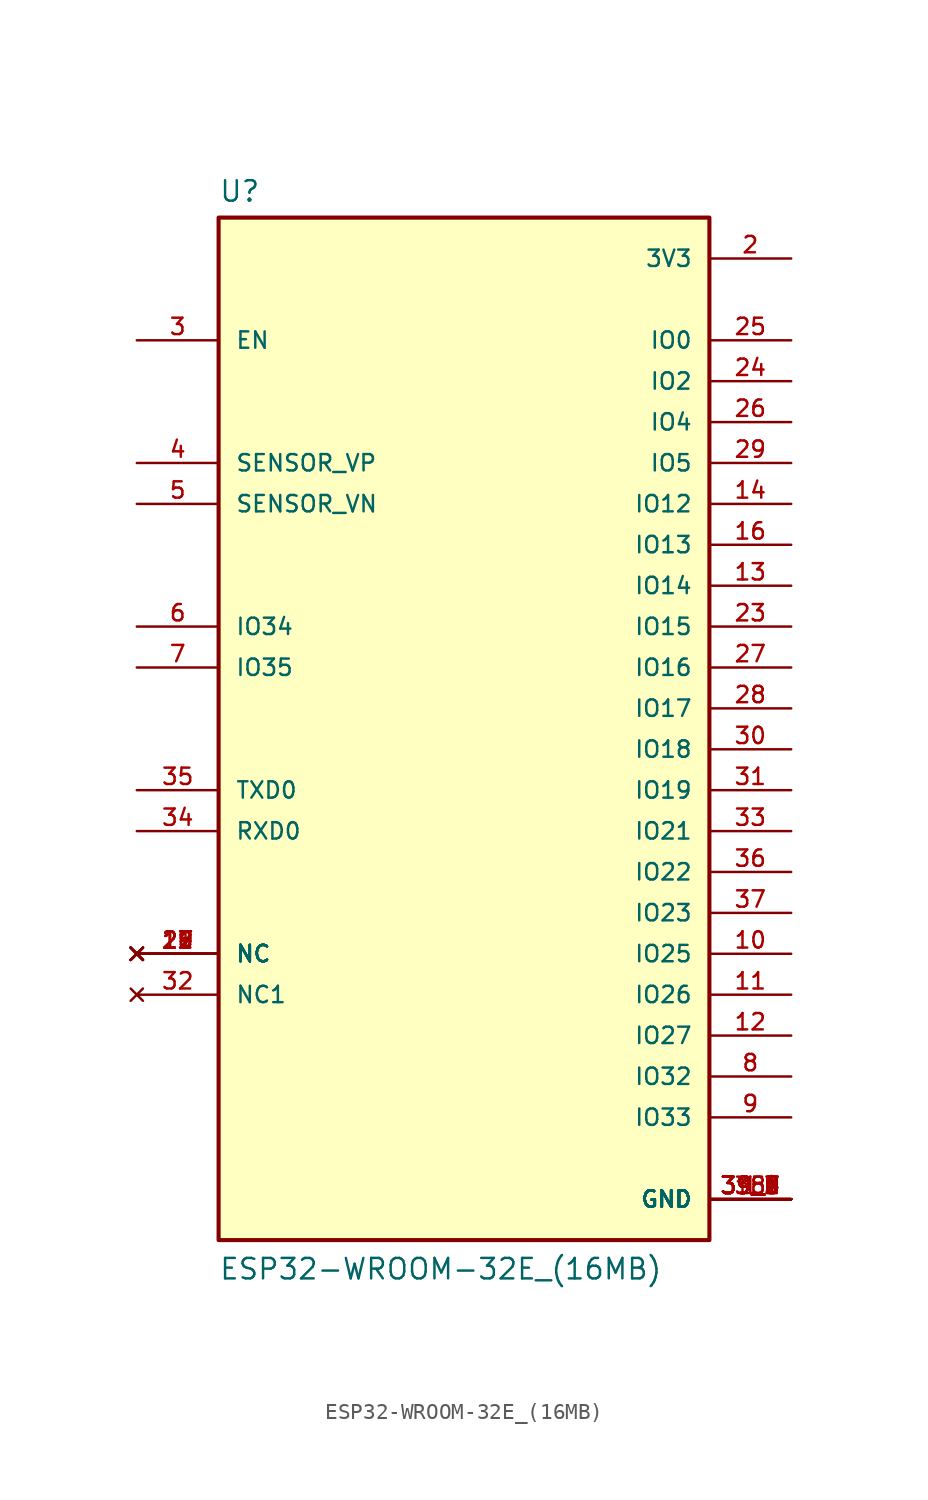
<source format=kicad_sym>
(kicad_symbol_lib
  (version 20211014)
  (generator kicad_symbol_editor)
  (symbol "ESP32-WROOM-32E_(16MB)"
    (pin_names
      (offset 1.016))
    (property "Reference" "U"
      (at -15.24 33.909 0)
      (effects (font (size 1.27 1.27)) (justify left bottom)))
    (property "Value" "ESP32-WROOM-32E_(16MB)"
      (at -15.24 -33.02 0)
      (effects (font (size 1.27 1.27)) (justify left bottom)))
    (property "ki_locked" ""
      (at 0 0 0)
      (effects (font (size 1.27 1.27))))
    (symbol "ESP32-WROOM-32E_(16MB)_0_0"
      (rectangle (start -15.24 -30.48) (end 15.24 33.02) (stroke (width 0.254) (type default) (color 0 0 0 0)) (fill (type background)))
      (pin power_in line (at 20.32 -27.94 180) (length 5.08) (name "GND" (effects (font (size 1.016 1.016)))) (number "1" (effects (font (size 1.016 1.016)))))
      (pin bidirectional line (at 20.32 -12.7 180) (length 5.08) (name "IO25" (effects (font (size 1.016 1.016)))) (number "10" (effects (font (size 1.016 1.016)))))
      (pin bidirectional line (at 20.32 -15.24 180) (length 5.08) (name "IO26" (effects (font (size 1.016 1.016)))) (number "11" (effects (font (size 1.016 1.016)))))
      (pin bidirectional line (at 20.32 -17.78 180) (length 5.08) (name "IO27" (effects (font (size 1.016 1.016)))) (number "12" (effects (font (size 1.016 1.016)))))
      (pin bidirectional line (at 20.32 10.16 180) (length 5.08) (name "IO14" (effects (font (size 1.016 1.016)))) (number "13" (effects (font (size 1.016 1.016)))))
      (pin bidirectional line (at 20.32 15.24 180) (length 5.08) (name "IO12" (effects (font (size 1.016 1.016)))) (number "14" (effects (font (size 1.016 1.016)))))
      (pin power_in line (at 20.32 -27.94 180) (length 5.08) (name "GND" (effects (font (size 1.016 1.016)))) (number "15" (effects (font (size 1.016 1.016)))))
      (pin bidirectional line (at 20.32 12.7 180) (length 5.08) (name "IO13" (effects (font (size 1.016 1.016)))) (number "16" (effects (font (size 1.016 1.016)))))
      (pin no_connect line (at -20.32 -12.7 0) (length 5.08) (name "NC" (effects (font (size 1.016 1.016)))) (number "17" (effects (font (size 1.016 1.016)))))
      (pin no_connect line (at -20.32 -12.7 0) (length 5.08) (name "NC" (effects (font (size 1.016 1.016)))) (number "18" (effects (font (size 1.016 1.016)))))
      (pin no_connect line (at -20.32 -12.7 0) (length 5.08) (name "NC" (effects (font (size 1.016 1.016)))) (number "19" (effects (font (size 1.016 1.016)))))
      (pin power_in line (at 20.32 30.48 180) (length 5.08) (name "3V3" (effects (font (size 1.016 1.016)))) (number "2" (effects (font (size 1.016 1.016)))))
      (pin no_connect line (at -20.32 -12.7 0) (length 5.08) (name "NC" (effects (font (size 1.016 1.016)))) (number "20" (effects (font (size 1.016 1.016)))))
      (pin no_connect line (at -20.32 -12.7 0) (length 5.08) (name "NC" (effects (font (size 1.016 1.016)))) (number "21" (effects (font (size 1.016 1.016)))))
      (pin no_connect line (at -20.32 -12.7 0) (length 5.08) (name "NC" (effects (font (size 1.016 1.016)))) (number "22" (effects (font (size 1.016 1.016)))))
      (pin bidirectional line (at 20.32 7.62 180) (length 5.08) (name "IO15" (effects (font (size 1.016 1.016)))) (number "23" (effects (font (size 1.016 1.016)))))
      (pin bidirectional line (at 20.32 22.86 180) (length 5.08) (name "IO2" (effects (font (size 1.016 1.016)))) (number "24" (effects (font (size 1.016 1.016)))))
      (pin bidirectional line (at 20.32 25.4 180) (length 5.08) (name "IO0" (effects (font (size 1.016 1.016)))) (number "25" (effects (font (size 1.016 1.016)))))
      (pin bidirectional line (at 20.32 20.32 180) (length 5.08) (name "IO4" (effects (font (size 1.016 1.016)))) (number "26" (effects (font (size 1.016 1.016)))))
      (pin bidirectional line (at 20.32 5.08 180) (length 5.08) (name "IO16" (effects (font (size 1.016 1.016)))) (number "27" (effects (font (size 1.016 1.016)))))
      (pin bidirectional line (at 20.32 2.54 180) (length 5.08) (name "IO17" (effects (font (size 1.016 1.016)))) (number "28" (effects (font (size 1.016 1.016)))))
      (pin bidirectional line (at 20.32 17.78 180) (length 5.08) (name "IO5" (effects (font (size 1.016 1.016)))) (number "29" (effects (font (size 1.016 1.016)))))
      (pin input line (at -20.32 25.4 0) (length 5.08) (name "EN" (effects (font (size 1.016 1.016)))) (number "3" (effects (font (size 1.016 1.016)))))
      (pin bidirectional line (at 20.32 0 180) (length 5.08) (name "IO18" (effects (font (size 1.016 1.016)))) (number "30" (effects (font (size 1.016 1.016)))))
      (pin bidirectional line (at 20.32 -2.54 180) (length 5.08) (name "IO19" (effects (font (size 1.016 1.016)))) (number "31" (effects (font (size 1.016 1.016)))))
      (pin no_connect line (at -20.32 -15.24 0) (length 5.08) (name "NC1" (effects (font (size 1.016 1.016)))) (number "32" (effects (font (size 1.016 1.016)))))
      (pin bidirectional line (at 20.32 -5.08 180) (length 5.08) (name "IO21" (effects (font (size 1.016 1.016)))) (number "33" (effects (font (size 1.016 1.016)))))
      (pin bidirectional line (at -20.32 -5.08 0) (length 5.08) (name "RXD0" (effects (font (size 1.016 1.016)))) (number "34" (effects (font (size 1.016 1.016)))))
      (pin bidirectional line (at -20.32 -2.54 0) (length 5.08) (name "TXD0" (effects (font (size 1.016 1.016)))) (number "35" (effects (font (size 1.016 1.016)))))
      (pin bidirectional line (at 20.32 -7.62 180) (length 5.08) (name "IO22" (effects (font (size 1.016 1.016)))) (number "36" (effects (font (size 1.016 1.016)))))
      (pin bidirectional line (at 20.32 -10.16 180) (length 5.08) (name "IO23" (effects (font (size 1.016 1.016)))) (number "37" (effects (font (size 1.016 1.016)))))
      (pin power_in line (at 20.32 -27.94 180) (length 5.08) (name "GND" (effects (font (size 1.016 1.016)))) (number "38" (effects (font (size 1.016 1.016)))))
      (pin power_in line (at 20.32 -27.94 180) (length 5.08) (name "GND" (effects (font (size 1.016 1.016)))) (number "39_1" (effects (font (size 1.016 1.016)))))
      (pin power_in line (at 20.32 -27.94 180) (length 5.08) (name "GND" (effects (font (size 1.016 1.016)))) (number "39_2" (effects (font (size 1.016 1.016)))))
      (pin power_in line (at 20.32 -27.94 180) (length 5.08) (name "GND" (effects (font (size 1.016 1.016)))) (number "39_3" (effects (font (size 1.016 1.016)))))
      (pin power_in line (at 20.32 -27.94 180) (length 5.08) (name "GND" (effects (font (size 1.016 1.016)))) (number "39_4" (effects (font (size 1.016 1.016)))))
      (pin power_in line (at 20.32 -27.94 180) (length 5.08) (name "GND" (effects (font (size 1.016 1.016)))) (number "39_5" (effects (font (size 1.016 1.016)))))
      (pin power_in line (at 20.32 -27.94 180) (length 5.08) (name "GND" (effects (font (size 1.016 1.016)))) (number "39_6" (effects (font (size 1.016 1.016)))))
      (pin power_in line (at 20.32 -27.94 180) (length 5.08) (name "GND" (effects (font (size 1.016 1.016)))) (number "39_7" (effects (font (size 1.016 1.016)))))
      (pin power_in line (at 20.32 -27.94 180) (length 5.08) (name "GND" (effects (font (size 1.016 1.016)))) (number "39_8" (effects (font (size 1.016 1.016)))))
      (pin power_in line (at 20.32 -27.94 180) (length 5.08) (name "GND" (effects (font (size 1.016 1.016)))) (number "39_9" (effects (font (size 1.016 1.016)))))
      (pin input line (at -20.32 17.78 0) (length 5.08) (name "SENSOR_VP" (effects (font (size 1.016 1.016)))) (number "4" (effects (font (size 1.016 1.016)))))
      (pin input line (at -20.32 15.24 0) (length 5.08) (name "SENSOR_VN" (effects (font (size 1.016 1.016)))) (number "5" (effects (font (size 1.016 1.016)))))
      (pin input line (at -20.32 7.62 0) (length 5.08) (name "IO34" (effects (font (size 1.016 1.016)))) (number "6" (effects (font (size 1.016 1.016)))))
      (pin input line (at -20.32 5.08 0) (length 5.08) (name "IO35" (effects (font (size 1.016 1.016)))) (number "7" (effects (font (size 1.016 1.016)))))
      (pin bidirectional line (at 20.32 -20.32 180) (length 5.08) (name "IO32" (effects (font (size 1.016 1.016)))) (number "8" (effects (font (size 1.016 1.016)))))
      (pin bidirectional line (at 20.32 -22.86 180) (length 5.08) (name "IO33" (effects (font (size 1.016 1.016)))) (number "9" (effects (font (size 1.016 1.016))))))))
</source>
